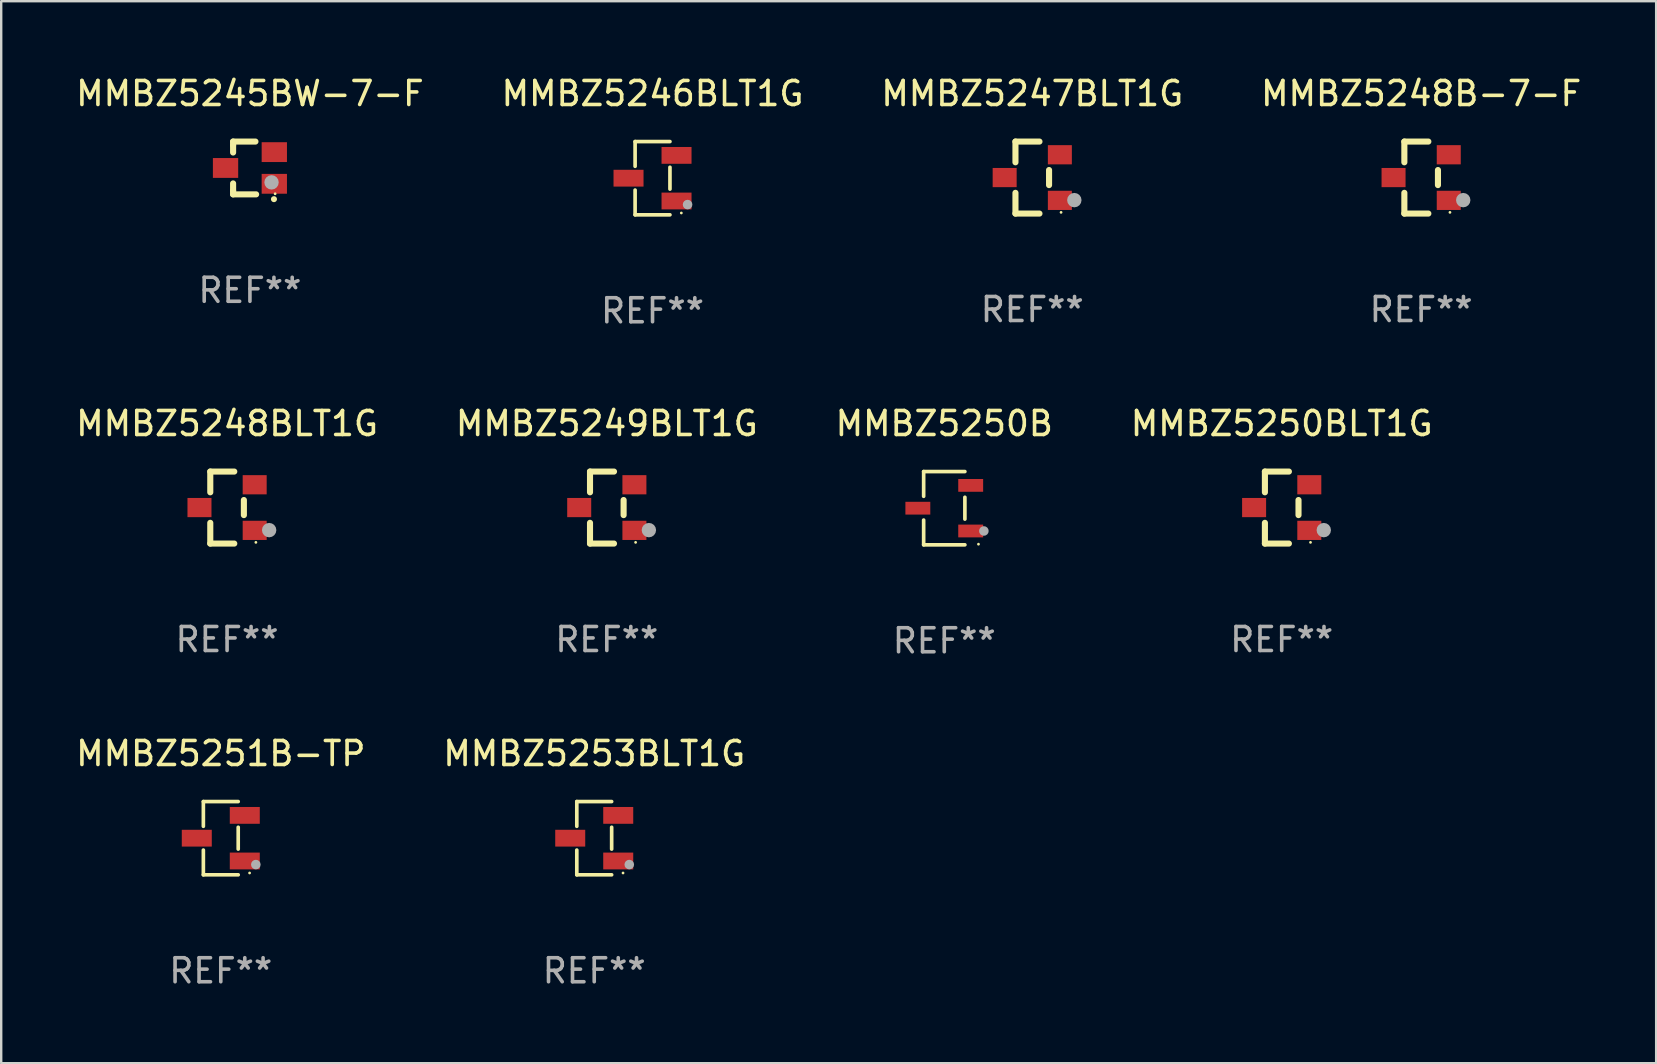
<source format=kicad_pcb>
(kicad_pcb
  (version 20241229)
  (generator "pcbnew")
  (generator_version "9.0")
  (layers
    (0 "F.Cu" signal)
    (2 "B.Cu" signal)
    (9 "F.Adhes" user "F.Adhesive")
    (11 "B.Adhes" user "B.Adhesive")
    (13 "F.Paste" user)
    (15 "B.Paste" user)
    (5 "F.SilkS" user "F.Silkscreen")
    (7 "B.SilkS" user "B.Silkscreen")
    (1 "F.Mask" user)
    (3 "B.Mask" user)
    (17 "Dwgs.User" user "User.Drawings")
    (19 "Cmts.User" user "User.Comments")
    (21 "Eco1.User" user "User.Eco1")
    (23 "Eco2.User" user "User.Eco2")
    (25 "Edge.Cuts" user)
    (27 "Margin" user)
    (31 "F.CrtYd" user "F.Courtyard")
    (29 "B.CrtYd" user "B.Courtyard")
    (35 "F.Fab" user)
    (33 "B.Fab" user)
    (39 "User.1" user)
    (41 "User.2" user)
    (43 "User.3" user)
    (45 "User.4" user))
  (footprint "MMBZ5245BW-7-F"
    (layer "F.Cu")
    (at 7.363 3.948)
    (property "Reference" "MMBZ5245BW-7-F" (at 0 -3.1 0) (layer "F.SilkS") (effects (font (size 1 1) (thickness 0.15))))
    (attr through_hole)
    (fp_line (start -0.701 -0.95) (end -0.701 -1.1) (stroke (width 0.254) (type solid)) (layer "F.SilkS"))
    (fp_line (start -0.701 -0.644) (end -0.701 -0.95) (stroke (width 0.254) (type solid)) (layer "F.SilkS"))
    (fp_line (start -0.701 0.95) (end -0.701 0.644) (stroke (width 0.254) (type solid)) (layer "F.SilkS"))
    (fp_line (start -0.701 0.95) (end -0.701 1.1) (stroke (width 0.254) (type solid)) (layer "F.SilkS"))
    (fp_line (start -0.7 -1.1) (end 0.23 -1.1) (stroke (width 0.254) (type solid)) (layer "F.SilkS"))
    (fp_line (start -0.7 1.1) (end 0.258 1.1) (stroke (width 0.254) (type solid)) (layer "F.SilkS"))
    (fp_arc (start 1 1.3) (mid 1.00127 1.299994) (end 1.00254 1.3) (stroke (width 0.24892) (type solid)) (layer "F.SilkS"))
    (fp_circle (center 1.05 1.075) (end 1.08 1.075) (stroke (width 0.06) (type solid)) (fill no) (layer "F.SilkS"))
    (fp_circle (center 0.9 0.6) (end 1.05 0.6) (stroke (width 0.3) (type solid)) (fill no) (layer "F.Fab"))
    (fp_text user "REF**" (at 0 5.1 0) (layer "F.Fab") (effects (font (size 1 1) (thickness 0.15))))
    (pad "1" smd rect (at 1.016 0.66) (size 1.054 0.826) (layers "F.Cu" "F.Mask" "F.Paste"))
    (pad "2" smd rect (at 1.016 -0.66) (size 1.054 0.826) (layers "F.Cu" "F.Mask" "F.Paste"))
    (pad "3" smd rect (at -1.016 0) (size 1.054 0.826) (layers "F.Cu" "F.Mask" "F.Paste")))
  (footprint "MMBZ5253BLT1G"
    (layer "F.Cu")
    (at 21.708 31.872)
    (property "Reference" "MMBZ5253BLT1G" (at 0 -3.526 0) (layer "F.SilkS") (effects (font (size 1 1) (thickness 0.15))))
    (attr through_hole)
    (fp_line (start -0.726 -1.526) (end -0.726 -0.495) (stroke (width 0.152) (type solid)) (layer "F.SilkS"))
    (fp_line (start -0.726 1.526) (end -0.726 0.495) (stroke (width 0.152) (type solid)) (layer "F.SilkS"))
    (fp_line (start 0.726 -1.526) (end -0.726 -1.526) (stroke (width 0.152) (type solid)) (layer "F.SilkS"))
    (fp_line (start 0.726 -0.455) (end 0.726 0.455) (stroke (width 0.152) (type solid)) (layer "F.SilkS"))
    (fp_line (start 0.726 1.526) (end -0.726 1.526) (stroke (width 0.152) (type solid)) (layer "F.SilkS"))
    (fp_circle (center 1.2 1.45) (end 1.23 1.45) (stroke (width 0.06) (type solid)) (fill no) (layer "F.SilkS"))
    (fp_circle (center 1.46 1.1) (end 1.56 1.1) (stroke (width 0.2) (type solid)) (fill no) (layer "F.Fab"))
    (fp_text user "REF**" (at 0 5.526 0) (layer "F.Fab") (effects (font (size 1 1) (thickness 0.15))))
    (pad "1" smd rect (at 1 0.95) (size 1.25 0.7) (layers "F.Cu" "F.Mask" "F.Paste"))
    (pad "2" smd rect (at 1 -0.95) (size 1.25 0.7) (layers "F.Cu" "F.Mask" "F.Paste"))
    (pad "3" smd rect (at -1 0) (size 1.25 0.7) (layers "F.Cu" "F.Mask" "F.Paste")))
  (footprint "MMBZ5248BLT1G"
    (layer "F.Cu")
    (at 6.411 18.097)
    (property "Reference" "MMBZ5248BLT1G" (at 0 -3.5 0) (layer "F.SilkS") (effects (font (size 1 1) (thickness 0.15))))
    (attr through_hole)
    (fp_line (start -0.7 -1.5) (end 0.3 -1.5) (stroke (width 0.254) (type solid)) (layer "F.SilkS"))
    (fp_line (start -0.7 -0.636) (end -0.7 -1.5) (stroke (width 0.254) (type solid)) (layer "F.SilkS"))
    (fp_line (start -0.7 1.5) (end -0.7 0.636) (stroke (width 0.254) (type solid)) (layer "F.SilkS"))
    (fp_line (start -0.7 1.5) (end 0.3 1.5) (stroke (width 0.254) (type solid)) (layer "F.SilkS"))
    (fp_line (start 0.7 0.314) (end 0.7 -0.314) (stroke (width 0.254) (type solid)) (layer "F.SilkS"))
    (fp_circle (center 1.2 1.45) (end 1.23 1.45) (stroke (width 0.06) (type solid)) (fill no) (layer "F.SilkS"))
    (fp_circle (center 1.753 0.94) (end 1.903 0.94) (stroke (width 0.3) (type solid)) (fill no) (layer "F.Fab"))
    (fp_text user "REF**" (at 0 5.5 0) (layer "F.Fab") (effects (font (size 1 1) (thickness 0.15))))
    (pad "1" smd rect (at 1.15 0.95 180) (size 1 0.8) (layers "F.Cu" "F.Mask" "F.Paste"))
    (pad "2" smd rect (at 1.15 -0.95 180) (size 1 0.8) (layers "F.Cu" "F.Mask" "F.Paste"))
    (pad "3" smd rect (at -1.15 -0.000051 180) (size 1 0.8) (layers "F.Cu" "F.Mask" "F.Paste")))
  (footprint "MMBZ5249BLT1G"
    (layer "F.Cu")
    (at 22.232 18.097)
    (property "Reference" "MMBZ5249BLT1G" (at 0 -3.5 0) (layer "F.SilkS") (effects (font (size 1 1) (thickness 0.15))))
    (attr through_hole)
    (fp_line (start -0.7 -1.5) (end 0.3 -1.5) (stroke (width 0.254) (type solid)) (layer "F.SilkS"))
    (fp_line (start -0.7 -0.636) (end -0.7 -1.5) (stroke (width 0.254) (type solid)) (layer "F.SilkS"))
    (fp_line (start -0.7 1.5) (end -0.7 0.636) (stroke (width 0.254) (type solid)) (layer "F.SilkS"))
    (fp_line (start -0.7 1.5) (end 0.3 1.5) (stroke (width 0.254) (type solid)) (layer "F.SilkS"))
    (fp_line (start 0.7 0.314) (end 0.7 -0.314) (stroke (width 0.254) (type solid)) (layer "F.SilkS"))
    (fp_circle (center 1.2 1.45) (end 1.23 1.45) (stroke (width 0.06) (type solid)) (fill no) (layer "F.SilkS"))
    (fp_circle (center 1.753 0.94) (end 1.903 0.94) (stroke (width 0.3) (type solid)) (fill no) (layer "F.Fab"))
    (fp_text user "REF**" (at 0 5.5 0) (layer "F.Fab") (effects (font (size 1 1) (thickness 0.15))))
    (pad "1" smd rect (at 1.15 0.95 180) (size 1 0.8) (layers "F.Cu" "F.Mask" "F.Paste"))
    (pad "2" smd rect (at 1.15 -0.95 180) (size 1 0.8) (layers "F.Cu" "F.Mask" "F.Paste"))
    (pad "3" smd rect (at -1.15 -0.000051 180) (size 1 0.8) (layers "F.Cu" "F.Mask" "F.Paste")))
  (footprint "MMBZ5250BLT1G"
    (layer "F.Cu")
    (at 50.351 18.097)
    (property "Reference" "MMBZ5250BLT1G" (at 0 -3.5 0) (layer "F.SilkS") (effects (font (size 1 1) (thickness 0.15))))
    (attr through_hole)
    (fp_line (start -0.7 -1.5) (end 0.3 -1.5) (stroke (width 0.254) (type solid)) (layer "F.SilkS"))
    (fp_line (start -0.7 -0.636) (end -0.7 -1.5) (stroke (width 0.254) (type solid)) (layer "F.SilkS"))
    (fp_line (start -0.7 1.5) (end -0.7 0.636) (stroke (width 0.254) (type solid)) (layer "F.SilkS"))
    (fp_line (start -0.7 1.5) (end 0.3 1.5) (stroke (width 0.254) (type solid)) (layer "F.SilkS"))
    (fp_line (start 0.7 0.314) (end 0.7 -0.314) (stroke (width 0.254) (type solid)) (layer "F.SilkS"))
    (fp_circle (center 1.2 1.45) (end 1.23 1.45) (stroke (width 0.06) (type solid)) (fill no) (layer "F.SilkS"))
    (fp_circle (center 1.753 0.94) (end 1.903 0.94) (stroke (width 0.3) (type solid)) (fill no) (layer "F.Fab"))
    (fp_text user "REF**" (at 0 5.5 0) (layer "F.Fab") (effects (font (size 1 1) (thickness 0.15))))
    (pad "1" smd rect (at 1.15 0.95 180) (size 1 0.8) (layers "F.Cu" "F.Mask" "F.Paste"))
    (pad "2" smd rect (at 1.15 -0.95 180) (size 1 0.8) (layers "F.Cu" "F.Mask" "F.Paste"))
    (pad "3" smd rect (at -1.15 -0.000051 180) (size 1 0.8) (layers "F.Cu" "F.Mask" "F.Paste")))
  (footprint "MMBZ5247BLT1G"
    (layer "F.Cu")
    (at 39.958 4.348)
    (property "Reference" "MMBZ5247BLT1G" (at 0 -3.5 0) (layer "F.SilkS") (effects (font (size 1 1) (thickness 0.15))))
    (attr through_hole)
    (fp_line (start -0.7 -1.5) (end 0.3 -1.5) (stroke (width 0.254) (type solid)) (layer "F.SilkS"))
    (fp_line (start -0.7 -0.636) (end -0.7 -1.5) (stroke (width 0.254) (type solid)) (layer "F.SilkS"))
    (fp_line (start -0.7 1.5) (end -0.7 0.636) (stroke (width 0.254) (type solid)) (layer "F.SilkS"))
    (fp_line (start -0.7 1.5) (end 0.3 1.5) (stroke (width 0.254) (type solid)) (layer "F.SilkS"))
    (fp_line (start 0.7 0.314) (end 0.7 -0.314) (stroke (width 0.254) (type solid)) (layer "F.SilkS"))
    (fp_circle (center 1.2 1.45) (end 1.23 1.45) (stroke (width 0.06) (type solid)) (fill no) (layer "F.SilkS"))
    (fp_circle (center 1.753 0.94) (end 1.903 0.94) (stroke (width 0.3) (type solid)) (fill no) (layer "F.Fab"))
    (fp_text user "REF**" (at 0 5.5 0) (layer "F.Fab") (effects (font (size 1 1) (thickness 0.15))))
    (pad "1" smd rect (at 1.15 0.95 180) (size 1 0.8) (layers "F.Cu" "F.Mask" "F.Paste"))
    (pad "2" smd rect (at 1.15 -0.95 180) (size 1 0.8) (layers "F.Cu" "F.Mask" "F.Paste"))
    (pad "3" smd rect (at -1.15 -0.000051 180) (size 1 0.8) (layers "F.Cu" "F.Mask" "F.Paste")))
  (footprint "MMBZ5250B"
    (layer "F.Cu")
    (at 36.292 18.123)
    (property "Reference" "MMBZ5250B" (at 0 -3.526 0) (layer "F.SilkS") (effects (font (size 1 1) (thickness 0.15))))
    (attr through_hole)
    (fp_line (start -0.859 -1.526) (end -0.859 -0.495) (stroke (width 0.152) (type solid)) (layer "F.SilkS"))
    (fp_line (start -0.859 1.526) (end -0.859 0.495) (stroke (width 0.152) (type solid)) (layer "F.SilkS"))
    (fp_line (start 0.859 -1.526) (end -0.859 -1.526) (stroke (width 0.152) (type solid)) (layer "F.SilkS"))
    (fp_line (start 0.859 -0.455) (end 0.859 0.455) (stroke (width 0.152) (type solid)) (layer "F.SilkS"))
    (fp_line (start 0.859 1.526) (end -0.859 1.526) (stroke (width 0.152) (type solid)) (layer "F.SilkS"))
    (fp_circle (center 1.425 1.5) (end 1.455 1.5) (stroke (width 0.06) (type solid)) (fill no) (layer "F.SilkS"))
    (fp_circle (center 1.65 0.95) (end 1.75 0.95) (stroke (width 0.2) (type solid)) (fill no) (layer "F.Fab"))
    (fp_text user "REF**" (at 0 5.526 0) (layer "F.Fab") (effects (font (size 1 1) (thickness 0.15))))
    (pad "1" smd rect (at 1.101 0.95) (size 1.037 0.532) (layers "F.Cu" "F.Mask" "F.Paste"))
    (pad "2" smd rect (at 1.101 -0.95) (size 1.037 0.532) (layers "F.Cu" "F.Mask" "F.Paste"))
    (pad "3" smd rect (at -1.101 0) (size 1.037 0.532) (layers "F.Cu" "F.Mask" "F.Paste")))
  (footprint "MMBZ5251B-TP"
    (layer "F.Cu")
    (at 6.149 31.872)
    (property "Reference" "MMBZ5251B-TP" (at 0 -3.526 0) (layer "F.SilkS") (effects (font (size 1 1) (thickness 0.15))))
    (attr through_hole)
    (fp_line (start -0.726 -1.526) (end -0.726 -0.495) (stroke (width 0.152) (type solid)) (layer "F.SilkS"))
    (fp_line (start -0.726 1.526) (end -0.726 0.495) (stroke (width 0.152) (type solid)) (layer "F.SilkS"))
    (fp_line (start 0.726 -1.526) (end -0.726 -1.526) (stroke (width 0.152) (type solid)) (layer "F.SilkS"))
    (fp_line (start 0.726 -0.455) (end 0.726 0.455) (stroke (width 0.152) (type solid)) (layer "F.SilkS"))
    (fp_line (start 0.726 1.526) (end -0.726 1.526) (stroke (width 0.152) (type solid)) (layer "F.SilkS"))
    (fp_circle (center 1.2 1.45) (end 1.23 1.45) (stroke (width 0.06) (type solid)) (fill no) (layer "F.SilkS"))
    (fp_circle (center 1.46 1.1) (end 1.56 1.1) (stroke (width 0.2) (type solid)) (fill no) (layer "F.Fab"))
    (fp_text user "REF**" (at 0 5.526 0) (layer "F.Fab") (effects (font (size 1 1) (thickness 0.15))))
    (pad "1" smd rect (at 1 0.95) (size 1.25 0.7) (layers "F.Cu" "F.Mask" "F.Paste"))
    (pad "2" smd rect (at 1 -0.95) (size 1.25 0.7) (layers "F.Cu" "F.Mask" "F.Paste"))
    (pad "3" smd rect (at -1 0) (size 1.25 0.7) (layers "F.Cu" "F.Mask" "F.Paste")))
  (footprint "MMBZ5248B-7-F"
    (layer "F.Cu")
    (at 56.161 4.348)
    (property "Reference" "MMBZ5248B-7-F" (at 0 -3.5 0) (layer "F.SilkS") (effects (font (size 1 1) (thickness 0.15))))
    (attr through_hole)
    (fp_line (start -0.7 -1.5) (end 0.3 -1.5) (stroke (width 0.254) (type solid)) (layer "F.SilkS"))
    (fp_line (start -0.7 -0.636) (end -0.7 -1.5) (stroke (width 0.254) (type solid)) (layer "F.SilkS"))
    (fp_line (start -0.7 1.5) (end -0.7 0.636) (stroke (width 0.254) (type solid)) (layer "F.SilkS"))
    (fp_line (start -0.7 1.5) (end 0.3 1.5) (stroke (width 0.254) (type solid)) (layer "F.SilkS"))
    (fp_line (start 0.7 0.314) (end 0.7 -0.314) (stroke (width 0.254) (type solid)) (layer "F.SilkS"))
    (fp_circle (center 1.2 1.45) (end 1.23 1.45) (stroke (width 0.06) (type solid)) (fill no) (layer "F.SilkS"))
    (fp_circle (center 1.753 0.94) (end 1.903 0.94) (stroke (width 0.3) (type solid)) (fill no) (layer "F.Fab"))
    (fp_text user "REF**" (at 0 5.5 0) (layer "F.Fab") (effects (font (size 1 1) (thickness 0.15))))
    (pad "1" smd rect (at 1.15 0.95 180) (size 1 0.8) (layers "F.Cu" "F.Mask" "F.Paste"))
    (pad "2" smd rect (at 1.15 -0.95 180) (size 1 0.8) (layers "F.Cu" "F.Mask" "F.Paste"))
    (pad "3" smd rect (at -1.15 -0.000051 180) (size 1 0.8) (layers "F.Cu" "F.Mask" "F.Paste")))
  (footprint "MMBZ5246BLT1G"
    (layer "F.Cu")
    (at 24.137 4.374)
    (property "Reference" "MMBZ5246BLT1G" (at 0 -3.526 0) (layer "F.SilkS") (effects (font (size 1 1) (thickness 0.15))))
    (attr through_hole)
    (fp_line (start -0.726 -1.526) (end -0.726 -0.495) (stroke (width 0.152) (type solid)) (layer "F.SilkS"))
    (fp_line (start -0.726 1.526) (end -0.726 0.495) (stroke (width 0.152) (type solid)) (layer "F.SilkS"))
    (fp_line (start 0.726 -1.526) (end -0.726 -1.526) (stroke (width 0.152) (type solid)) (layer "F.SilkS"))
    (fp_line (start 0.726 -0.455) (end 0.726 0.455) (stroke (width 0.152) (type solid)) (layer "F.SilkS"))
    (fp_line (start 0.726 1.526) (end -0.726 1.526) (stroke (width 0.152) (type solid)) (layer "F.SilkS"))
    (fp_circle (center 1.2 1.45) (end 1.23 1.45) (stroke (width 0.06) (type solid)) (fill no) (layer "F.SilkS"))
    (fp_circle (center 1.46 1.1) (end 1.56 1.1) (stroke (width 0.2) (type solid)) (fill no) (layer "F.Fab"))
    (fp_text user "REF**" (at 0 5.526 0) (layer "F.Fab") (effects (font (size 1 1) (thickness 0.15))))
    (pad "1" smd rect (at 1 0.95) (size 1.25 0.7) (layers "F.Cu" "F.Mask" "F.Paste"))
    (pad "2" smd rect (at 1 -0.95) (size 1.25 0.7) (layers "F.Cu" "F.Mask" "F.Paste"))
    (pad "3" smd rect (at -1 0) (size 1.25 0.7) (layers "F.Cu" "F.Mask" "F.Paste")))
  (gr_rect
    (start -3 -3)
    (end 65.952 41.247)
    (stroke (width 0.1) (type default))
    (fill no)
    (layer "Edge.Cuts")))
</source>
